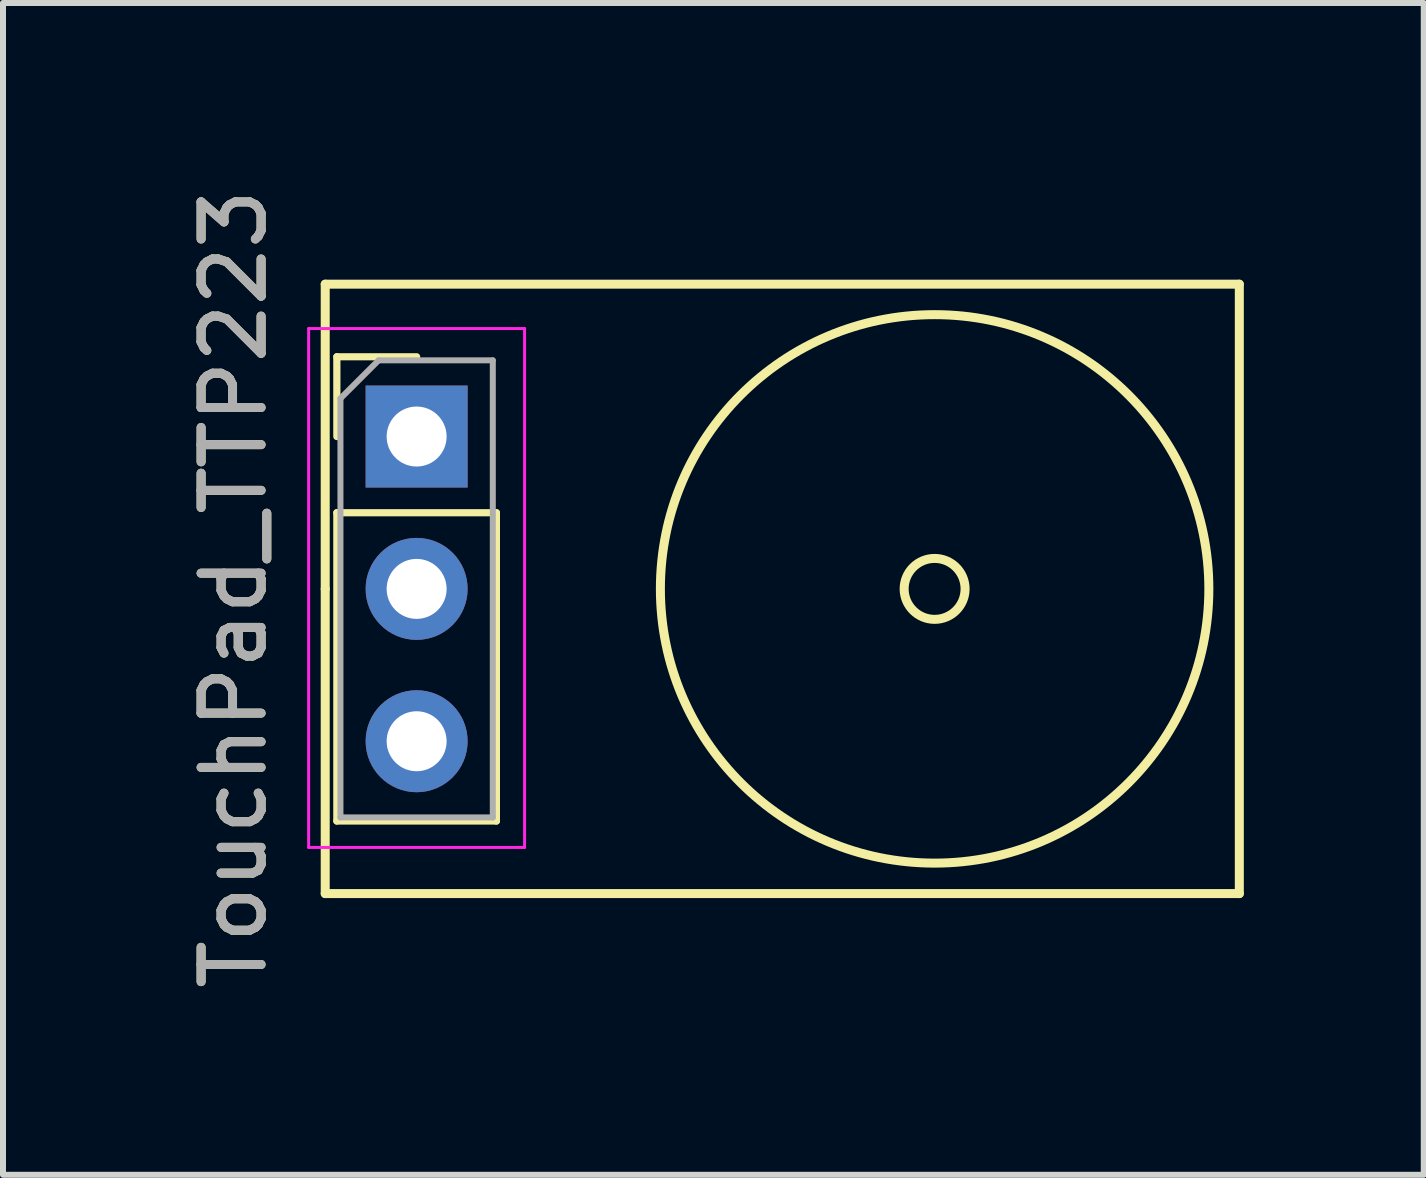
<source format=kicad_pcb>
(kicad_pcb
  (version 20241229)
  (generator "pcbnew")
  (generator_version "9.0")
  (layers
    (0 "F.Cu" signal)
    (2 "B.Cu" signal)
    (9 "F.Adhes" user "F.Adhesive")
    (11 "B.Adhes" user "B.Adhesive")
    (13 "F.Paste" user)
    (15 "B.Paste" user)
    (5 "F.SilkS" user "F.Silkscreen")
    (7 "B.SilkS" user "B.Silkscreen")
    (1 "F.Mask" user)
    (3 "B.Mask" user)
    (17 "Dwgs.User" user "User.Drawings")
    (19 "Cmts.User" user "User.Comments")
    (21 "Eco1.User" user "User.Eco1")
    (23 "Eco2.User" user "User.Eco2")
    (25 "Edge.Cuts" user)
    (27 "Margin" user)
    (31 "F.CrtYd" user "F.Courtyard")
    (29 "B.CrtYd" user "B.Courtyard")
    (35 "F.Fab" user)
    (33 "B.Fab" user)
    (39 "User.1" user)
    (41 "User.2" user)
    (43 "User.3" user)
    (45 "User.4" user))
  (footprint "TouchPad_TTP223"
    (layer "F.Cu")
    (at 12.532 6.768)
    (property "Reference" "TouchPad_TTP223" (at -11.684 0 90) (layer "F.SilkS") (effects (font (size 1 1) (thickness 0.15))))
    (attr through_hole)
    (fp_line (start -10.16 0) (end -10.16 -5.08) (stroke (width 0.15) (type solid)) (layer "F.SilkS"))
    (fp_line (start -10.16 0) (end -10.16 5.08) (stroke (width 0.15) (type solid)) (layer "F.SilkS"))
    (fp_line (start -10.16 5.08) (end 5.08 5.08) (stroke (width 0.15) (type solid)) (layer "F.SilkS"))
    (fp_line (start -9.966 -3.87) (end -8.636 -3.87) (stroke (width 0.12) (type solid)) (layer "F.SilkS"))
    (fp_line (start -9.966 -2.54) (end -9.966 -3.87) (stroke (width 0.12) (type solid)) (layer "F.SilkS"))
    (fp_line (start -9.966 -1.27) (end -9.966 3.87) (stroke (width 0.12) (type solid)) (layer "F.SilkS"))
    (fp_line (start -9.966 -1.27) (end -7.306 -1.27) (stroke (width 0.12) (type solid)) (layer "F.SilkS"))
    (fp_line (start -9.966 3.87) (end -7.306 3.87) (stroke (width 0.12) (type solid)) (layer "F.SilkS"))
    (fp_line (start -7.306 -1.27) (end -7.306 3.87) (stroke (width 0.12) (type solid)) (layer "F.SilkS"))
    (fp_line (start 5.08 -5.08) (end -10.16 -5.08) (stroke (width 0.15) (type solid)) (layer "F.SilkS"))
    (fp_line (start 5.08 5.08) (end 5.08 -5.08) (stroke (width 0.15) (type solid)) (layer "F.SilkS"))
    (fp_circle (center 0 0) (end 0 -4.572) (stroke (width 0.15) (type solid)) (fill no) (layer "F.SilkS"))
    (fp_circle (center 0 0) (end 0.508 0) (stroke (width 0.15) (type solid)) (fill no) (layer "F.SilkS"))
    (fp_line (start -10.436 -4.34) (end -10.436 4.31) (stroke (width 0.05) (type solid)) (layer "F.CrtYd"))
    (fp_line (start -10.436 4.31) (end -6.836 4.31) (stroke (width 0.05) (type solid)) (layer "F.CrtYd"))
    (fp_line (start -6.836 -4.34) (end -10.436 -4.34) (stroke (width 0.05) (type solid)) (layer "F.CrtYd"))
    (fp_line (start -6.836 4.31) (end -6.836 -4.34) (stroke (width 0.05) (type solid)) (layer "F.CrtYd"))
    (fp_line (start -9.906 -3.175) (end -9.271 -3.81) (stroke (width 0.1) (type solid)) (layer "F.Fab"))
    (fp_line (start -9.906 3.81) (end -9.906 -3.175) (stroke (width 0.1) (type solid)) (layer "F.Fab"))
    (fp_line (start -9.271 -3.81) (end -7.366 -3.81) (stroke (width 0.1) (type solid)) (layer "F.Fab"))
    (fp_line (start -7.366 -3.81) (end -7.366 3.81) (stroke (width 0.1) (type solid)) (layer "F.Fab"))
    (fp_line (start -7.366 3.81) (end -9.906 3.81) (stroke (width 0.1) (type solid)) (layer "F.Fab"))
    (fp_text user "${REFERENCE}" (at -11.684 0 90) (layer "F.Fab") (effects (font (size 1 1) (thickness 0.15))))
    (pad "1" thru_hole rect (at -8.636 -2.54) (size 1.7 1.7) (drill 1) (layers "*.Cu" "*.Mask"))
    (pad "2" thru_hole oval (at -8.636 0) (size 1.7 1.7) (drill 1) (layers "*.Cu" "*.Mask"))
    (pad "3" thru_hole oval (at -8.636 2.54) (size 1.7 1.7) (drill 1) (layers "*.Cu" "*.Mask")))
  (gr_rect
    (start -3 -3)
    (end 20.687 16.536)
    (stroke (width 0.1) (type default))
    (fill no)
    (layer "Edge.Cuts")))
</source>
